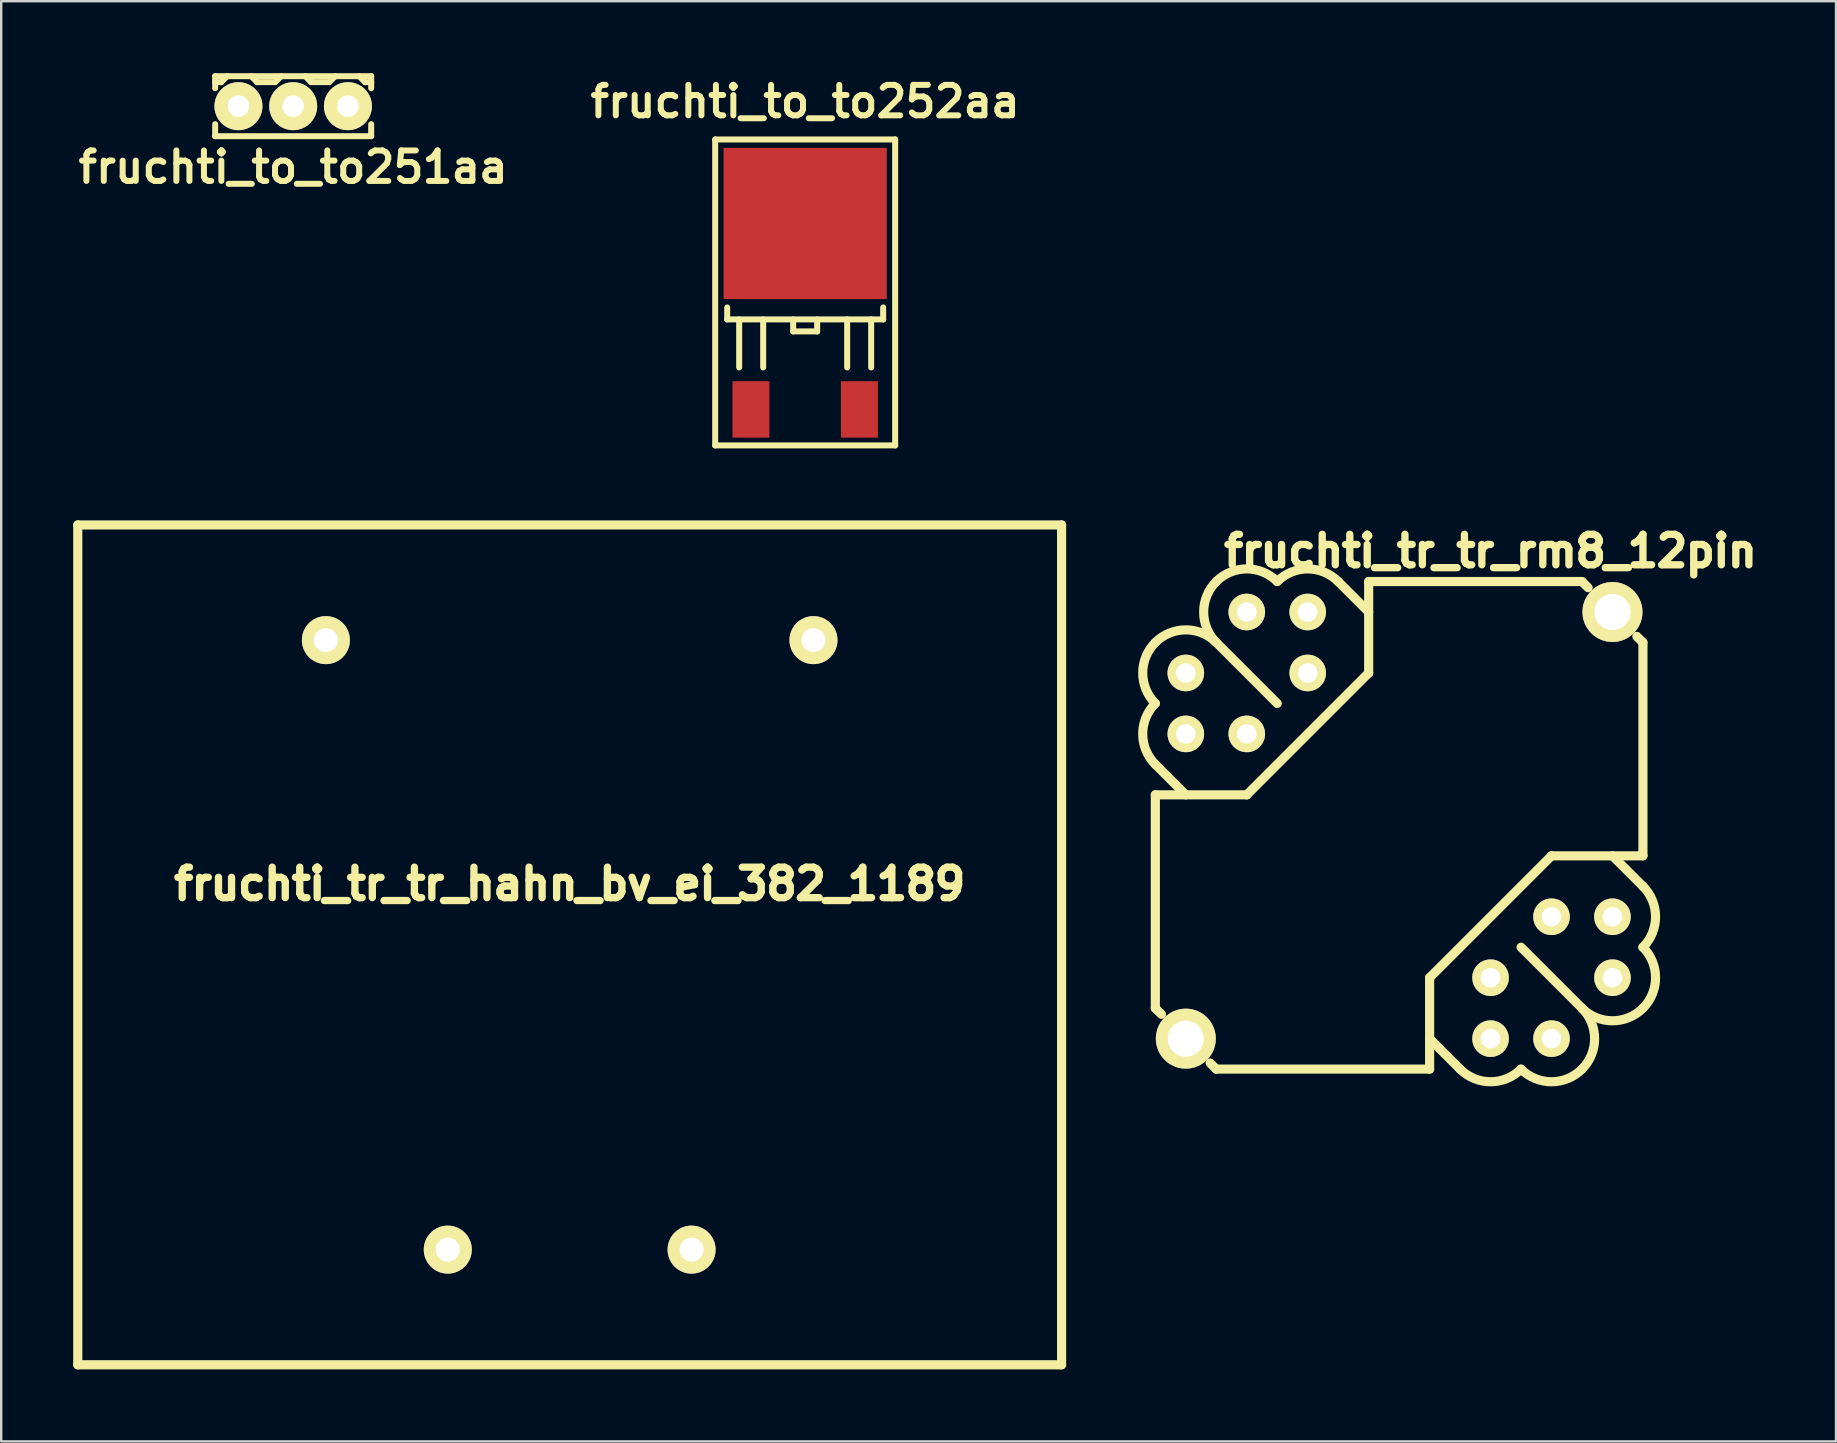
<source format=kicad_pcb>
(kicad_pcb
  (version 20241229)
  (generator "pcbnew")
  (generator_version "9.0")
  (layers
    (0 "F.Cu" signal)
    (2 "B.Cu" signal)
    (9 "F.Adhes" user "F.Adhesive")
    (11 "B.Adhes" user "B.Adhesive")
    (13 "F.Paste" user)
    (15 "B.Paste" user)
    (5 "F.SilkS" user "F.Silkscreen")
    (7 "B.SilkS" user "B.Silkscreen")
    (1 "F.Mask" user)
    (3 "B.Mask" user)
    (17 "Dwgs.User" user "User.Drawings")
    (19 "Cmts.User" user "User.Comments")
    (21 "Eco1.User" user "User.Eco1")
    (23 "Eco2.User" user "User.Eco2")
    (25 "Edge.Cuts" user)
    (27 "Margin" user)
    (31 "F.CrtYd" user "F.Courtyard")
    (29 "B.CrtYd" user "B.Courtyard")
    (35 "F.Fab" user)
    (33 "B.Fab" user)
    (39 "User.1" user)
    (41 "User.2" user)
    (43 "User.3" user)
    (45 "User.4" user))
  (footprint "fruchti_to_to252aa"
    (layer "F.Cu")
    (at 30.505 6.262)
    (property "Reference" "fruchti_to_to252aa" (at 0 -5.08 0) (layer "F.SilkS") (effects (font (size 1.27 1.27) (thickness 0.25))))
    (attr through_hole)
    (fp_line (start -3.75 -3.5) (end -3.75 9.25) (stroke (width 0.25) (type solid)) (layer "F.SilkS"))
    (fp_line (start -3.75 -3.5) (end 3.75 -3.5) (stroke (width 0.25) (type solid)) (layer "F.SilkS"))
    (fp_line (start -3.75 9.25) (end 3.75 9.25) (stroke (width 0.25) (type solid)) (layer "F.SilkS"))
    (fp_line (start -3.25 4) (end -3.25 3.5) (stroke (width 0.25) (type solid)) (layer "F.SilkS"))
    (fp_line (start -3.25 4) (end 3.25 4) (stroke (width 0.25) (type solid)) (layer "F.SilkS"))
    (fp_line (start -2.75 4) (end -2.75 6) (stroke (width 0.25) (type solid)) (layer "F.SilkS"))
    (fp_line (start -1.75 4) (end -1.75 6) (stroke (width 0.25) (type solid)) (layer "F.SilkS"))
    (fp_line (start -0.5 4.5) (end -0.5 4) (stroke (width 0.25) (type solid)) (layer "F.SilkS"))
    (fp_line (start 0.5 4) (end 0.5 4.5) (stroke (width 0.25) (type solid)) (layer "F.SilkS"))
    (fp_line (start 0.5 4.5) (end -0.5 4.5) (stroke (width 0.25) (type solid)) (layer "F.SilkS"))
    (fp_line (start 1.75 6) (end 1.75 4) (stroke (width 0.25) (type solid)) (layer "F.SilkS"))
    (fp_line (start 2.75 6) (end 2.75 4) (stroke (width 0.25) (type solid)) (layer "F.SilkS"))
    (fp_line (start 3.25 4) (end 3.25 3.5) (stroke (width 0.25) (type solid)) (layer "F.SilkS"))
    (fp_line (start 3.75 -3.5) (end 3.75 9.25) (stroke (width 0.25) (type solid)) (layer "F.SilkS"))
    (pad "1" smd rect (at -2.26 7.75) (size 1.54 2.35) (layers "F.Cu" "F.Mask" "F.Paste"))
    (pad "2" smd rect (at 0 0) (size 6.8 6.3) (layers "F.Cu" "F.Mask" "F.Paste"))
    (pad "3" smd rect (at 2.26 7.75) (size 1.54 2.35) (layers "F.Cu" "F.Mask" "F.Paste")))
  (footprint "fruchti_tr_tr_rm8_12pin"
    (layer "F.Cu")
    (at 55.258 31.345)
    (property "Reference" "fruchti_tr_tr_rm8_12pin" (at 3.81 -11.43 0) (layer "F.SilkS") (effects (font (size 1.27 1.27) (thickness 0.305))))
    (attr through_hole)
    (fp_line (start -10.16 -2.54) (end -8.89 -1.27) (stroke (width 0.381) (type solid)) (layer "F.SilkS"))
    (fp_line (start -10.16 -1.27) (end -6.35 -1.27) (stroke (width 0.381) (type solid)) (layer "F.SilkS"))
    (fp_line (start -10.16 7.62) (end -10.16 -1.27) (stroke (width 0.381) (type solid)) (layer "F.SilkS"))
    (fp_line (start -10.16 7.62) (end -9.906 7.874) (stroke (width 0.381) (type solid)) (layer "F.SilkS"))
    (fp_line (start -7.62 -7.62) (end -5.08 -5.08) (stroke (width 0.381) (type solid)) (layer "F.SilkS"))
    (fp_line (start -7.62 10.16) (end -7.874 9.906) (stroke (width 0.381) (type solid)) (layer "F.SilkS"))
    (fp_line (start -7.62 10.16) (end 1.27 10.16) (stroke (width 0.381) (type solid)) (layer "F.SilkS"))
    (fp_line (start -2.54 -10.16) (end -1.27 -8.89) (stroke (width 0.381) (type solid)) (layer "F.SilkS"))
    (fp_line (start -1.27 -10.16) (end -1.27 -6.35) (stroke (width 0.381) (type solid)) (layer "F.SilkS"))
    (fp_line (start -1.27 -6.35) (end -6.35 -1.27) (stroke (width 0.381) (type solid)) (layer "F.SilkS"))
    (fp_line (start 1.27 10.16) (end 1.27 6.35) (stroke (width 0.381) (type solid)) (layer "F.SilkS"))
    (fp_line (start 2.54 10.16) (end 1.27 8.89) (stroke (width 0.381) (type solid)) (layer "F.SilkS"))
    (fp_line (start 6.35 1.27) (end 1.27 6.35) (stroke (width 0.381) (type solid)) (layer "F.SilkS"))
    (fp_line (start 7.62 -10.16) (end -1.27 -10.16) (stroke (width 0.381) (type solid)) (layer "F.SilkS"))
    (fp_line (start 7.62 -10.16) (end 7.874 -9.906) (stroke (width 0.381) (type solid)) (layer "F.SilkS"))
    (fp_line (start 7.62 7.62) (end 5.08 5.08) (stroke (width 0.381) (type solid)) (layer "F.SilkS"))
    (fp_line (start 10.16 -7.62) (end 9.906 -7.874) (stroke (width 0.381) (type solid)) (layer "F.SilkS"))
    (fp_line (start 10.16 -7.62) (end 10.16 1.27) (stroke (width 0.381) (type solid)) (layer "F.SilkS"))
    (fp_line (start 10.16 1.27) (end 6.35 1.27) (stroke (width 0.381) (type solid)) (layer "F.SilkS"))
    (fp_line (start 10.16 2.54) (end 8.89 1.27) (stroke (width 0.381) (type solid)) (layer "F.SilkS"))
    (fp_arc (start -10.16 -7.62) (mid -8.89 -8.146051) (end -7.62 -7.62) (stroke (width 0.381) (type solid)) (layer "F.SilkS"))
    (fp_arc (start -10.16 -5.08) (mid -10.686051 -6.35) (end -10.16 -7.62) (stroke (width 0.381) (type solid)) (layer "F.SilkS"))
    (fp_arc (start -10.16 -2.54) (mid -10.686051 -3.81) (end -10.16 -5.08) (stroke (width 0.381) (type solid)) (layer "F.SilkS"))
    (fp_arc (start -7.62 -10.16) (mid -6.35 -10.686051) (end -5.08 -10.16) (stroke (width 0.381) (type solid)) (layer "F.SilkS"))
    (fp_arc (start -7.62 -7.62) (mid -8.146051 -8.89) (end -7.62 -10.16) (stroke (width 0.381) (type solid)) (layer "F.SilkS"))
    (fp_arc (start -5.08 -10.16) (mid -3.81 -10.686051) (end -2.54 -10.16) (stroke (width 0.381) (type solid)) (layer "F.SilkS"))
    (fp_arc (start 5.08 10.16) (mid 3.81 10.686051) (end 2.54 10.16) (stroke (width 0.381) (type solid)) (layer "F.SilkS"))
    (fp_arc (start 7.62 7.62) (mid 8.146051 8.89) (end 7.62 10.16) (stroke (width 0.381) (type solid)) (layer "F.SilkS"))
    (fp_arc (start 7.62 10.16) (mid 6.35 10.686051) (end 5.08 10.16) (stroke (width 0.381) (type solid)) (layer "F.SilkS"))
    (fp_arc (start 10.16 2.54) (mid 10.686051 3.81) (end 10.16 5.08) (stroke (width 0.381) (type solid)) (layer "F.SilkS"))
    (fp_arc (start 10.16 5.08) (mid 10.686051 6.35) (end 10.16 7.62) (stroke (width 0.381) (type solid)) (layer "F.SilkS"))
    (fp_arc (start 10.16 7.62) (mid 8.89 8.146051) (end 7.62 7.62) (stroke (width 0.381) (type solid)) (layer "F.SilkS"))
    (pad "1" thru_hole circle (at -8.89 -6.35) (size 1.524 1.524) (drill 0.813) (layers "*.Cu" "*.Mask" "F.SilkS"))
    (pad "2" thru_hole circle (at -8.89 -3.81) (size 1.524 1.524) (drill 0.813) (layers "*.Cu" "*.Mask" "F.SilkS"))
    (pad "3" thru_hole circle (at -6.35 -3.81) (size 1.524 1.524) (drill 0.813) (layers "*.Cu" "*.Mask" "F.SilkS"))
    (pad "4" thru_hole circle (at 3.81 6.35) (size 1.524 1.524) (drill 0.813) (layers "*.Cu" "*.Mask" "F.SilkS"))
    (pad "5" thru_hole circle (at 3.81 8.89) (size 1.524 1.524) (drill 0.813) (layers "*.Cu" "*.Mask" "F.SilkS"))
    (pad "6" thru_hole circle (at 6.35 8.89) (size 1.524 1.524) (drill 0.813) (layers "*.Cu" "*.Mask" "F.SilkS"))
    (pad "7" thru_hole circle (at 8.89 6.35) (size 1.524 1.524) (drill 0.813) (layers "*.Cu" "*.Mask" "F.SilkS"))
    (pad "8" thru_hole circle (at 8.89 3.81) (size 1.524 1.524) (drill 0.813) (layers "*.Cu" "*.Mask" "F.SilkS"))
    (pad "9" thru_hole circle (at 6.35 3.81) (size 1.524 1.524) (drill 0.813) (layers "*.Cu" "*.Mask" "F.SilkS"))
    (pad "10" thru_hole circle (at -3.81 -6.35) (size 1.524 1.524) (drill 0.813) (layers "*.Cu" "*.Mask" "F.SilkS"))
    (pad "11" thru_hole circle (at -3.81 -8.89) (size 1.524 1.524) (drill 0.813) (layers "*.Cu" "*.Mask" "F.SilkS"))
    (pad "12" thru_hole circle (at -6.35 -8.89) (size 1.524 1.524) (drill 0.813) (layers "*.Cu" "*.Mask" "F.SilkS"))
    (pad "C1" thru_hole circle (at -8.89 8.89) (size 2.499 2.499) (drill 1.501) (layers "*.Cu" "*.Mask" "F.SilkS"))
    (pad "C2" thru_hole circle (at 8.89 -8.89) (size 2.499 2.499) (drill 1.501) (layers "*.Cu" "*.Mask" "F.SilkS")))
  (footprint "fruchti_to_to251aa"
    (layer "F.Cu")
    (at 9.168 1.375)
    (property "Reference" "fruchti_to_to251aa" (at 0 2.54 0) (layer "F.SilkS") (effects (font (size 1.27 1.27) (thickness 0.25))))
    (attr through_hole)
    (fp_line (start -3.251 -1.25) (end 3.251 -1.25) (stroke (width 0.25) (type solid)) (layer "F.SilkS"))
    (fp_line (start -3.251 -1.001) (end -3 -1.001) (stroke (width 0.25) (type solid)) (layer "F.SilkS"))
    (fp_line (start -3.251 -0.749) (end -3.251 -1.25) (stroke (width 0.25) (type solid)) (layer "F.SilkS"))
    (fp_line (start -3.251 0.749) (end -3.251 1.25) (stroke (width 0.25) (type solid)) (layer "F.SilkS"))
    (fp_line (start -3.251 1.25) (end 3.251 1.25) (stroke (width 0.25) (type solid)) (layer "F.SilkS"))
    (fp_line (start -3 -1.001) (end -2.751 -1.25) (stroke (width 0.25) (type solid)) (layer "F.SilkS"))
    (fp_line (start -1.501 -1.001) (end -1.75 -1.25) (stroke (width 0.25) (type solid)) (layer "F.SilkS"))
    (fp_line (start -1.501 -1.001) (end -0.749 -1.001) (stroke (width 0.25) (type solid)) (layer "F.SilkS"))
    (fp_line (start -0.749 -1.001) (end -0.5 -1.25) (stroke (width 0.25) (type solid)) (layer "F.SilkS"))
    (fp_line (start 0.749 -1.001) (end 0.5 -1.25) (stroke (width 0.25) (type solid)) (layer "F.SilkS"))
    (fp_line (start 0.749 -1.001) (end 1.501 -1.001) (stroke (width 0.25) (type solid)) (layer "F.SilkS"))
    (fp_line (start 1.501 -1.001) (end 1.75 -1.25) (stroke (width 0.25) (type solid)) (layer "F.SilkS"))
    (fp_line (start 3 -1.001) (end 2.751 -1.25) (stroke (width 0.25) (type solid)) (layer "F.SilkS"))
    (fp_line (start 3.251 -1.25) (end 3.251 -0.749) (stroke (width 0.25) (type solid)) (layer "F.SilkS"))
    (fp_line (start 3.251 -1.001) (end 3 -1.001) (stroke (width 0.25) (type solid)) (layer "F.SilkS"))
    (fp_line (start 3.251 0.749) (end 3.251 1.25) (stroke (width 0.25) (type solid)) (layer "F.SilkS"))
    (pad "1" thru_hole circle (at -2.281 0) (size 1.999 1.999) (drill 0.899) (layers "*.Cu" "*.Mask" "F.SilkS"))
    (pad "2" thru_hole circle (at 0 0) (size 1.999 1.999) (drill 0.899) (layers "*.Cu" "*.Mask" "F.SilkS"))
    (pad "3" thru_hole circle (at 2.281 0) (size 1.999 1.999) (drill 0.899) (layers "*.Cu" "*.Mask" "F.SilkS")))
  (footprint "fruchti_tr_tr_hahn_bv_ei_382_1189"
    (layer "F.Cu")
    (at 20.691 36.327)
    (property "Reference" "fruchti_tr_tr_hahn_bv_ei_382_1189" (at 0 -2.54 0) (layer "F.SilkS") (effects (font (size 1.27 1.27) (thickness 0.305))))
    (attr through_hole)
    (fp_line (start -20.5 -17.5) (end -20.5 17.5) (stroke (width 0.381) (type solid)) (layer "F.SilkS"))
    (fp_line (start -20.5 17.5) (end 20.5 17.5) (stroke (width 0.381) (type solid)) (layer "F.SilkS"))
    (fp_line (start 20.5 -17.5) (end -20.5 -17.5) (stroke (width 0.381) (type solid)) (layer "F.SilkS"))
    (fp_line (start 20.5 17.5) (end 20.5 -17.5) (stroke (width 0.381) (type solid)) (layer "F.SilkS"))
    (pad "1" thru_hole circle (at -10.16 -12.7 90) (size 2 2) (drill 1) (layers "*.Cu" "*.Mask" "F.SilkS"))
    (pad "2" thru_hole circle (at 10.16 -12.7 90) (size 2 2) (drill 1) (layers "*.Cu" "*.Mask" "F.SilkS"))
    (pad "3" thru_hole circle (at 5.08 12.7 90) (size 2 2) (drill 1) (layers "*.Cu" "*.Mask" "F.SilkS"))
    (pad "4" thru_hole circle (at -5.08 12.7 90) (size 2 2) (drill 1) (layers "*.Cu" "*.Mask" "F.SilkS")))
  (gr_rect
    (start -3 -3)
    (end 73.465 57.018)
    (stroke (width 0.1) (type default))
    (fill no)
    (layer "Edge.Cuts")))
</source>
